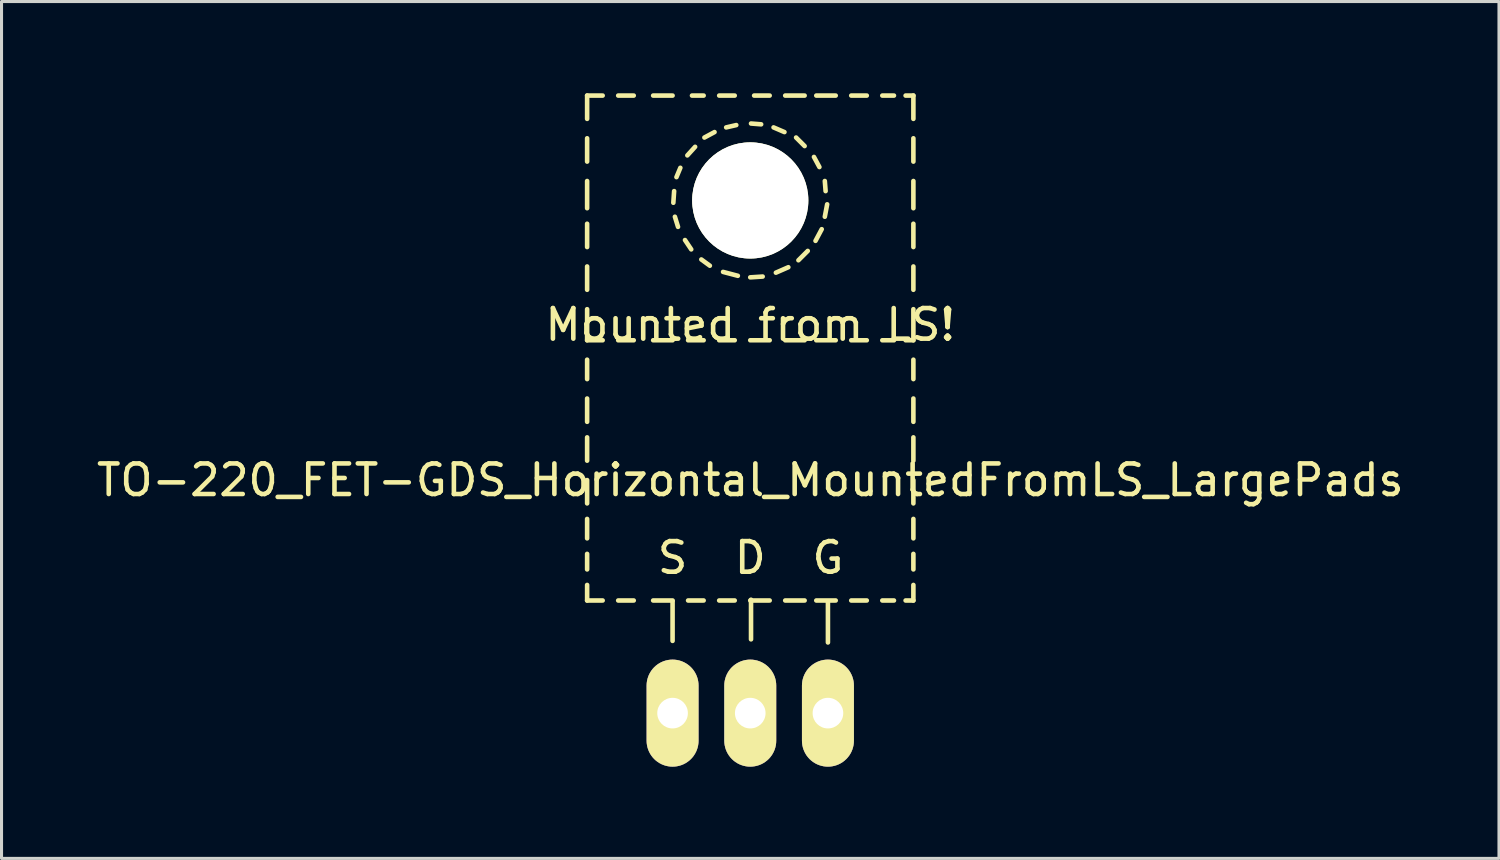
<source format=kicad_pcb>
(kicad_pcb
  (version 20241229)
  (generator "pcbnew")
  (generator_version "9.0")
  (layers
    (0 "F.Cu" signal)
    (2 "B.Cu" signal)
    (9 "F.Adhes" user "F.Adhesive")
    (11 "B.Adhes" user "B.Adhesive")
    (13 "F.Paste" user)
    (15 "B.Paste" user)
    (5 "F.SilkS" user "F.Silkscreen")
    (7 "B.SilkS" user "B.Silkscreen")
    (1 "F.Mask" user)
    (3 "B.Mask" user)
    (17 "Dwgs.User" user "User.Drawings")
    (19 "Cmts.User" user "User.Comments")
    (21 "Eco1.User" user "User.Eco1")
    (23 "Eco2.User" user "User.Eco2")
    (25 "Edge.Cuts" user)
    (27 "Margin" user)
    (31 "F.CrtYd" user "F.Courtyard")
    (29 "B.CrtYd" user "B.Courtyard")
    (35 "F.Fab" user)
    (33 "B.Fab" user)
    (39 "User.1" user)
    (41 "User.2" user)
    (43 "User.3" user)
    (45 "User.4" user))
  (footprint "TO-220_FET-GDS_Horizontal_MountedFromLS_LargePads"
    (layer "F.Cu")
    (at 21.482 20.268)
    (property "Reference" "TO-220_FET-GDS_Horizontal_MountedFromLS_LargePads" (at 0 -7.62 0) (layer "F.SilkS") (effects (font (size 1 1) (thickness 0.15))))
    (attr through_hole)
    (fp_line (start -5.334 -20.193) (end -5.334 -19.431) (stroke (width 0.15) (type solid)) (layer "F.SilkS"))
    (fp_line (start -5.334 -20.193) (end -4.826 -20.193) (stroke (width 0.15) (type solid)) (layer "F.SilkS"))
    (fp_line (start -5.334 -18.796) (end -5.334 -18.034) (stroke (width 0.15) (type solid)) (layer "F.SilkS"))
    (fp_line (start -5.334 -17.399) (end -5.334 -16.51) (stroke (width 0.15) (type solid)) (layer "F.SilkS"))
    (fp_line (start -5.334 -16.002) (end -5.334 -15.24) (stroke (width 0.15) (type solid)) (layer "F.SilkS"))
    (fp_line (start -5.334 -14.605) (end -5.334 -13.843) (stroke (width 0.15) (type solid)) (layer "F.SilkS"))
    (fp_line (start -5.334 -13.208) (end -5.334 -12.192) (stroke (width 0.15) (type solid)) (layer "F.SilkS"))
    (fp_line (start -5.334 -12.192) (end -4.826 -12.192) (stroke (width 0.15) (type solid)) (layer "F.SilkS"))
    (fp_line (start -5.334 -11.557) (end -5.334 -10.922) (stroke (width 0.15) (type solid)) (layer "F.SilkS"))
    (fp_line (start -5.334 -10.287) (end -5.334 -9.525) (stroke (width 0.15) (type solid)) (layer "F.SilkS"))
    (fp_line (start -5.334 -9.017) (end -5.334 -8.255) (stroke (width 0.15) (type solid)) (layer "F.SilkS"))
    (fp_line (start -5.334 -7.62) (end -5.334 -6.858) (stroke (width 0.15) (type solid)) (layer "F.SilkS"))
    (fp_line (start -5.334 -6.35) (end -5.334 -5.715) (stroke (width 0.15) (type solid)) (layer "F.SilkS"))
    (fp_line (start -5.334 -5.207) (end -5.334 -4.699) (stroke (width 0.15) (type solid)) (layer "F.SilkS"))
    (fp_line (start -5.334 -4.191) (end -5.334 -3.683) (stroke (width 0.15) (type solid)) (layer "F.SilkS"))
    (fp_line (start -5.334 -3.683) (end -4.826 -3.683) (stroke (width 0.15) (type solid)) (layer "F.SilkS"))
    (fp_line (start -4.318 -20.193) (end -3.81 -20.193) (stroke (width 0.15) (type solid)) (layer "F.SilkS"))
    (fp_line (start -4.318 -12.192) (end -3.81 -12.192) (stroke (width 0.15) (type solid)) (layer "F.SilkS"))
    (fp_line (start -4.318 -3.683) (end -3.81 -3.683) (stroke (width 0.15) (type solid)) (layer "F.SilkS"))
    (fp_line (start -3.175 -20.193) (end -2.54 -20.193) (stroke (width 0.15) (type solid)) (layer "F.SilkS"))
    (fp_line (start -3.175 -12.192) (end -2.54 -12.192) (stroke (width 0.15) (type solid)) (layer "F.SilkS"))
    (fp_line (start -3.175 -3.683) (end -2.54 -3.683) (stroke (width 0.15) (type solid)) (layer "F.SilkS"))
    (fp_line (start -2.54 -3.658) (end -2.54 -2.362) (stroke (width 0.15) (type solid)) (layer "F.SilkS"))
    (fp_line (start -2.515 -16.688) (end -2.489 -17.069) (stroke (width 0.15) (type solid)) (layer "F.SilkS"))
    (fp_line (start -2.413 -17.526) (end -2.286 -17.831) (stroke (width 0.15) (type solid)) (layer "F.SilkS"))
    (fp_line (start -2.362 -15.9) (end -2.464 -16.231) (stroke (width 0.15) (type solid)) (layer "F.SilkS"))
    (fp_line (start -2.057 -18.237) (end -1.803 -18.517) (stroke (width 0.15) (type solid)) (layer "F.SilkS"))
    (fp_line (start -2.032 -12.192) (end -1.524 -12.192) (stroke (width 0.15) (type solid)) (layer "F.SilkS"))
    (fp_line (start -2.032 -3.683) (end -1.524 -3.683) (stroke (width 0.15) (type solid)) (layer "F.SilkS"))
    (fp_line (start -1.93 -15.164) (end -2.134 -15.469) (stroke (width 0.15) (type solid)) (layer "F.SilkS"))
    (fp_line (start -1.905 -20.193) (end -1.524 -20.193) (stroke (width 0.15) (type solid)) (layer "F.SilkS"))
    (fp_line (start -1.499 -18.821) (end -1.168 -18.999) (stroke (width 0.15) (type solid)) (layer "F.SilkS"))
    (fp_line (start -1.321 -14.63) (end -1.6 -14.834) (stroke (width 0.15) (type solid)) (layer "F.SilkS"))
    (fp_line (start -1.016 -20.193) (end -0.508 -20.193) (stroke (width 0.15) (type solid)) (layer "F.SilkS"))
    (fp_line (start -1.016 -12.192) (end -0.508 -12.192) (stroke (width 0.15) (type solid)) (layer "F.SilkS"))
    (fp_line (start -1.016 -3.683) (end -0.508 -3.683) (stroke (width 0.15) (type solid)) (layer "F.SilkS"))
    (fp_line (start -0.787 -19.152) (end -0.457 -19.228) (stroke (width 0.15) (type solid)) (layer "F.SilkS"))
    (fp_line (start -0.406 -14.3) (end -0.889 -14.427) (stroke (width 0.15) (type solid)) (layer "F.SilkS"))
    (fp_line (start 0 -12.192) (end 0.635 -12.192) (stroke (width 0.15) (type solid)) (layer "F.SilkS"))
    (fp_line (start 0 -3.683) (end 0.635 -3.683) (stroke (width 0.15) (type solid)) (layer "F.SilkS"))
    (fp_line (start 0.025 -19.279) (end 0.356 -19.253) (stroke (width 0.15) (type solid)) (layer "F.SilkS"))
    (fp_line (start 0.025 -3.708) (end 0.025 -2.413) (stroke (width 0.15) (type solid)) (layer "F.SilkS"))
    (fp_line (start 0.127 -20.193) (end 0.635 -20.193) (stroke (width 0.15) (type solid)) (layer "F.SilkS"))
    (fp_line (start 0.406 -14.275) (end 0 -14.249) (stroke (width 0.15) (type solid)) (layer "F.SilkS"))
    (fp_line (start 0.762 -19.152) (end 1.118 -18.999) (stroke (width 0.15) (type solid)) (layer "F.SilkS"))
    (fp_line (start 1.143 -20.193) (end 1.778 -20.193) (stroke (width 0.15) (type solid)) (layer "F.SilkS"))
    (fp_line (start 1.143 -12.192) (end 1.778 -12.192) (stroke (width 0.15) (type solid)) (layer "F.SilkS"))
    (fp_line (start 1.143 -3.683) (end 1.778 -3.683) (stroke (width 0.15) (type solid)) (layer "F.SilkS"))
    (fp_line (start 1.245 -14.58) (end 0.838 -14.402) (stroke (width 0.15) (type solid)) (layer "F.SilkS"))
    (fp_line (start 1.499 -18.821) (end 1.778 -18.542) (stroke (width 0.15) (type solid)) (layer "F.SilkS"))
    (fp_line (start 1.88 -15.113) (end 1.575 -14.808) (stroke (width 0.15) (type solid)) (layer "F.SilkS"))
    (fp_line (start 2.083 -18.186) (end 2.261 -17.856) (stroke (width 0.15) (type solid)) (layer "F.SilkS"))
    (fp_line (start 2.159 -20.193) (end 2.794 -20.193) (stroke (width 0.15) (type solid)) (layer "F.SilkS"))
    (fp_line (start 2.159 -12.192) (end 2.794 -12.192) (stroke (width 0.15) (type solid)) (layer "F.SilkS"))
    (fp_line (start 2.159 -3.683) (end 2.794 -3.683) (stroke (width 0.15) (type solid)) (layer "F.SilkS"))
    (fp_line (start 2.337 -15.824) (end 2.134 -15.443) (stroke (width 0.15) (type solid)) (layer "F.SilkS"))
    (fp_line (start 2.438 -17.399) (end 2.464 -17.069) (stroke (width 0.15) (type solid)) (layer "F.SilkS"))
    (fp_line (start 2.515 -16.637) (end 2.438 -16.231) (stroke (width 0.15) (type solid)) (layer "F.SilkS"))
    (fp_line (start 2.54 -3.658) (end 2.54 -2.311) (stroke (width 0.15) (type solid)) (layer "F.SilkS"))
    (fp_line (start 3.302 -20.193) (end 3.81 -20.193) (stroke (width 0.15) (type solid)) (layer "F.SilkS"))
    (fp_line (start 3.302 -12.192) (end 3.81 -12.192) (stroke (width 0.15) (type solid)) (layer "F.SilkS"))
    (fp_line (start 3.302 -3.683) (end 3.81 -3.683) (stroke (width 0.15) (type solid)) (layer "F.SilkS"))
    (fp_line (start 4.318 -20.193) (end 4.699 -20.193) (stroke (width 0.15) (type solid)) (layer "F.SilkS"))
    (fp_line (start 4.318 -12.192) (end 4.699 -12.192) (stroke (width 0.15) (type solid)) (layer "F.SilkS"))
    (fp_line (start 4.318 -3.683) (end 4.699 -3.683) (stroke (width 0.15) (type solid)) (layer "F.SilkS"))
    (fp_line (start 5.08 -20.193) (end 5.334 -20.193) (stroke (width 0.15) (type solid)) (layer "F.SilkS"))
    (fp_line (start 5.08 -12.192) (end 5.334 -12.192) (stroke (width 0.15) (type solid)) (layer "F.SilkS"))
    (fp_line (start 5.08 -3.683) (end 5.334 -3.683) (stroke (width 0.15) (type solid)) (layer "F.SilkS"))
    (fp_line (start 5.334 -20.193) (end 5.334 -19.431) (stroke (width 0.15) (type solid)) (layer "F.SilkS"))
    (fp_line (start 5.334 -18.796) (end 5.334 -18.034) (stroke (width 0.15) (type solid)) (layer "F.SilkS"))
    (fp_line (start 5.334 -17.399) (end 5.334 -16.51) (stroke (width 0.15) (type solid)) (layer "F.SilkS"))
    (fp_line (start 5.334 -16.002) (end 5.334 -15.24) (stroke (width 0.15) (type solid)) (layer "F.SilkS"))
    (fp_line (start 5.334 -14.605) (end 5.334 -13.843) (stroke (width 0.15) (type solid)) (layer "F.SilkS"))
    (fp_line (start 5.334 -13.208) (end 5.334 -12.192) (stroke (width 0.15) (type solid)) (layer "F.SilkS"))
    (fp_line (start 5.334 -11.557) (end 5.334 -10.922) (stroke (width 0.15) (type solid)) (layer "F.SilkS"))
    (fp_line (start 5.334 -10.287) (end 5.334 -9.525) (stroke (width 0.15) (type solid)) (layer "F.SilkS"))
    (fp_line (start 5.334 -9.017) (end 5.334 -8.255) (stroke (width 0.15) (type solid)) (layer "F.SilkS"))
    (fp_line (start 5.334 -7.62) (end 5.334 -6.858) (stroke (width 0.15) (type solid)) (layer "F.SilkS"))
    (fp_line (start 5.334 -6.35) (end 5.334 -5.715) (stroke (width 0.15) (type solid)) (layer "F.SilkS"))
    (fp_line (start 5.334 -5.207) (end 5.334 -4.699) (stroke (width 0.15) (type solid)) (layer "F.SilkS"))
    (fp_line (start 5.334 -4.191) (end 5.334 -3.683) (stroke (width 0.15) (type solid)) (layer "F.SilkS"))
    (fp_text user "D" (at 0 -5.08 0) (layer "F.SilkS") (effects (font (size 1 1) (thickness 0.15))))
    (fp_text user "G" (at 2.54 -5.08 0) (layer "F.SilkS") (effects (font (size 1 1) (thickness 0.15))))
    (fp_text user "S" (at -2.54 -5.08 0) (layer "F.SilkS") (effects (font (size 1 1) (thickness 0.15))))
    (fp_text user "Mounted from LS!" (at 0 -12.7 0) (layer "F.SilkS") (effects (font (size 1 1) (thickness 0.15))))
    (pad "" np_thru_hole circle (at 0 -16.764 90) (size 3.8 3.8) (drill 3.8) (layers "*.Cu" "*.Mask" "F.SilkS"))
    (pad "D" thru_hole oval (at 0 0 90) (size 3.5 1.699) (drill 1.001) (layers "*.Cu" "*.Mask" "F.SilkS"))
    (pad "G" thru_hole oval (at 2.54 0 90) (size 3.5 1.699) (drill 1.001) (layers "*.Cu" "*.Mask" "F.SilkS"))
    (pad "S" thru_hole oval (at -2.54 0 90) (size 3.5 1.699) (drill 1.001) (layers "*.Cu" "*.Mask" "F.SilkS")))
  (gr_rect
    (start -3 -3)
    (end 45.964 25.018)
    (stroke (width 0.1) (type default))
    (fill no)
    (layer "Edge.Cuts")))
</source>
